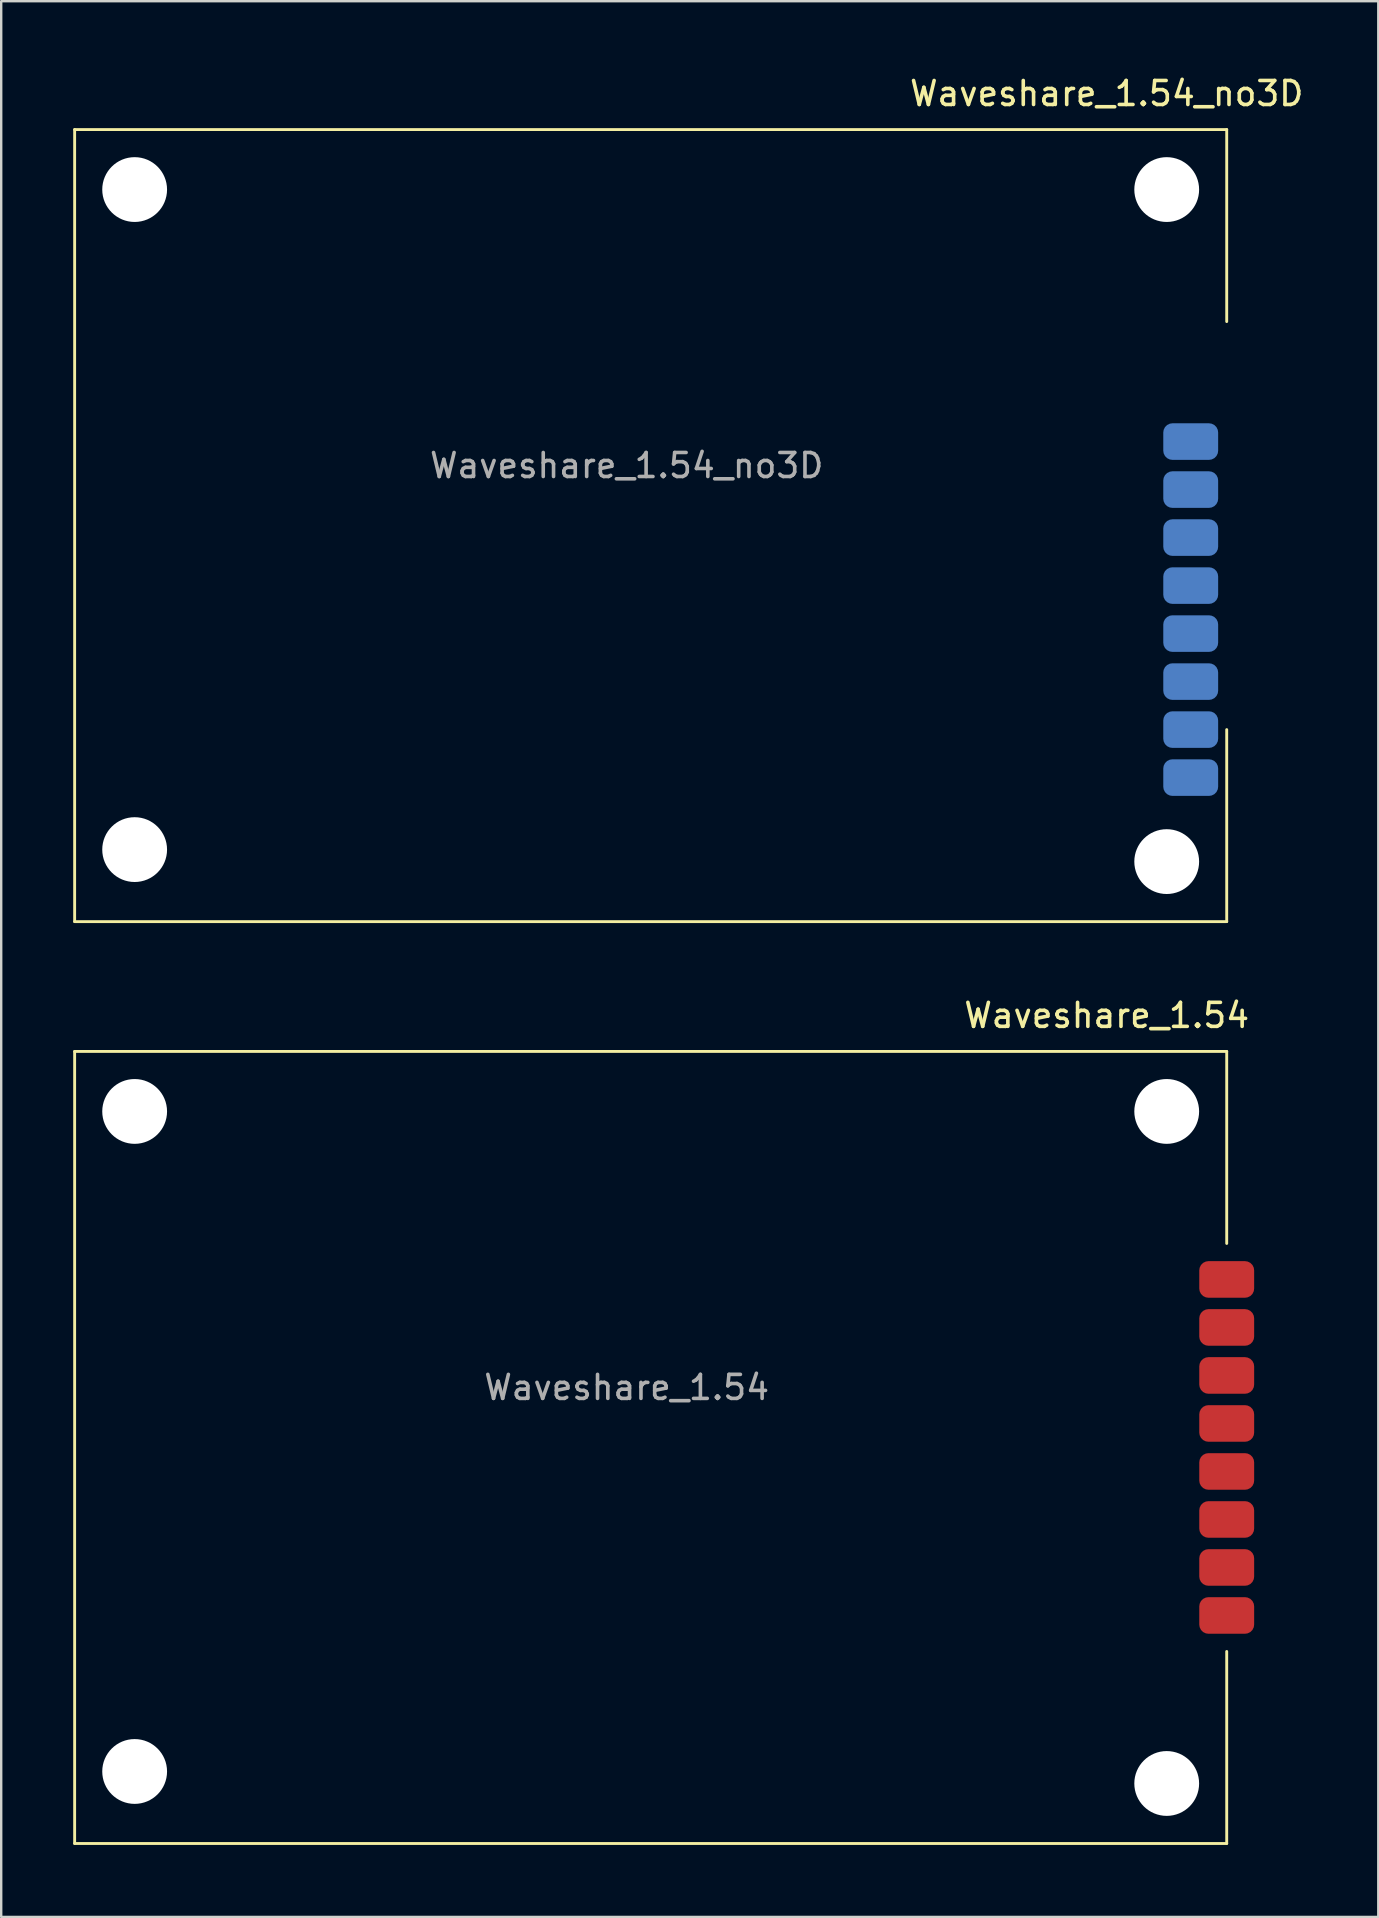
<source format=kicad_pcb>
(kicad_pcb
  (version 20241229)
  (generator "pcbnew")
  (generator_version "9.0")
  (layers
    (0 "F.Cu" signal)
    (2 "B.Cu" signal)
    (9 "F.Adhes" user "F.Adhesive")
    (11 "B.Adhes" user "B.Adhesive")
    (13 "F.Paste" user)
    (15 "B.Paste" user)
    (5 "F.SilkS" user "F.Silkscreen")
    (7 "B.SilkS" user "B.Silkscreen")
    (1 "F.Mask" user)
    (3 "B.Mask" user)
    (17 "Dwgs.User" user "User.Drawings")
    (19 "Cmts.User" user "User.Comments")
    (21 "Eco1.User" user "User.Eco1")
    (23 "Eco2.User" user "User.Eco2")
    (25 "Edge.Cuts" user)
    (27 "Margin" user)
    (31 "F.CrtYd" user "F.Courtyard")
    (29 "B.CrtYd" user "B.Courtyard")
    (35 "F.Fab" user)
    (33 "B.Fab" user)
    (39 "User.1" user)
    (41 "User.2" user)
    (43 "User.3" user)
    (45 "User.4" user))
  (footprint "Waveshare_1.54_no3D"
    (layer "F.Cu")
    (at 48.06 11.848)
    (property "Reference" "Waveshare_1.54_no3D" (at -5 -11 0) (unlocked yes) (layer "F.SilkS") (effects (font (size 1 1) (thickness 0.15))))
    (attr smd)
    (fp_line (start -48 -9.5) (end -48 23.5) (stroke (width 0.12) (type solid)) (layer "F.SilkS"))
    (fp_line (start -48 23.5) (end 0 23.5) (stroke (width 0.12) (type solid)) (layer "F.SilkS"))
    (fp_line (start 0 -9.5) (end -48 -9.5) (stroke (width 0.12) (type solid)) (layer "F.SilkS"))
    (fp_line (start 0 -9.5) (end 0 -1.5) (stroke (width 0.12) (type solid)) (layer "F.SilkS"))
    (fp_line (start 0 23.5) (end 0 15.5) (stroke (width 0.12) (type solid)) (layer "F.SilkS"))
    (fp_text user "${REFERENCE}" (at -25 4.5 0) (unlocked yes) (layer "F.Fab") (effects (font (size 1 1) (thickness 0.15))))
    (pad "" np_thru_hole circle (at -45.5 -7) (size 2.7 2.7) (drill 2.7) (layers "*.Cu" "*.Mask"))
    (pad "" np_thru_hole circle (at -45.5 20.5) (size 2.7 2.7) (drill 2.7) (layers "*.Cu" "*.Mask"))
    (pad "" np_thru_hole circle (at -2.5 -7) (size 2.7 2.7) (drill 2.7) (layers "*.Cu" "*.Mask"))
    (pad "" np_thru_hole circle (at -2.5 21) (size 2.7 2.7) (drill 2.7) (layers "*.Cu" "*.Mask"))
    (pad "1" smd roundrect (at -1.5 3.5) (size 2.286 1.524) (layers "B.Cu" "B.Mask" "B.Paste") (roundrect_rratio 0.25))
    (pad "2" smd roundrect (at -1.5 5.5) (size 2.286 1.524) (layers "B.Cu" "B.Mask" "B.Paste") (roundrect_rratio 0.25))
    (pad "3" smd roundrect (at -1.5 7.5) (size 2.286 1.524) (layers "B.Cu" "B.Mask" "B.Paste") (roundrect_rratio 0.25))
    (pad "4" smd roundrect (at -1.5 9.5) (size 2.286 1.524) (layers "B.Cu" "B.Mask" "B.Paste") (roundrect_rratio 0.25))
    (pad "5" smd roundrect (at -1.5 11.5) (size 2.286 1.524) (layers "B.Cu" "B.Mask" "B.Paste") (roundrect_rratio 0.25))
    (pad "6" smd roundrect (at -1.5 13.5) (size 2.286 1.524) (layers "B.Cu" "B.Mask" "B.Paste") (roundrect_rratio 0.25))
    (pad "7" smd roundrect (at -1.5 15.5) (size 2.286 1.524) (layers "B.Cu" "B.Mask" "B.Paste") (roundrect_rratio 0.25))
    (pad "8" smd roundrect (at -1.5 17.5) (size 2.286 1.524) (layers "B.Cu" "B.Mask" "B.Paste") (roundrect_rratio 0.25)))
  (footprint "Waveshare_1.54"
    (layer "F.Cu")
    (at 48.06 50.257)
    (property "Reference" "Waveshare_1.54" (at -5 -11 0) (unlocked yes) (layer "F.SilkS") (effects (font (size 1 1) (thickness 0.15))))
    (attr smd)
    (fp_line (start -48 -9.5) (end -48 23.5) (stroke (width 0.12) (type solid)) (layer "F.SilkS"))
    (fp_line (start -48 23.5) (end 0 23.5) (stroke (width 0.12) (type solid)) (layer "F.SilkS"))
    (fp_line (start 0 -9.5) (end -48 -9.5) (stroke (width 0.12) (type solid)) (layer "F.SilkS"))
    (fp_line (start 0 -9.5) (end 0 -1.5) (stroke (width 0.12) (type solid)) (layer "F.SilkS"))
    (fp_line (start 0 23.5) (end 0 15.5) (stroke (width 0.12) (type solid)) (layer "F.SilkS"))
    (fp_text user "${REFERENCE}" (at -25 4.5 0) (unlocked yes) (layer "F.Fab") (effects (font (size 1 1) (thickness 0.15))))
    (pad "" np_thru_hole circle (at -45.5 -7) (size 2.7 2.7) (drill 2.7) (layers "*.Cu" "*.Mask"))
    (pad "" np_thru_hole circle (at -45.5 20.5) (size 2.7 2.7) (drill 2.7) (layers "*.Cu" "*.Mask"))
    (pad "" np_thru_hole circle (at -2.5 -7) (size 2.7 2.7) (drill 2.7) (layers "*.Cu" "*.Mask"))
    (pad "" np_thru_hole circle (at -2.5 21) (size 2.7 2.7) (drill 2.7) (layers "*.Cu" "*.Mask"))
    (pad "1" smd roundrect (at 0 0) (size 2.286 1.524) (layers "F.Cu" "F.Mask" "F.Paste") (roundrect_rratio 0.25))
    (pad "2" smd roundrect (at 0 2) (size 2.286 1.524) (layers "F.Cu" "F.Mask" "F.Paste") (roundrect_rratio 0.25))
    (pad "3" smd roundrect (at 0 4) (size 2.286 1.524) (layers "F.Cu" "F.Mask" "F.Paste") (roundrect_rratio 0.25))
    (pad "4" smd roundrect (at 0 6) (size 2.286 1.524) (layers "F.Cu" "F.Mask" "F.Paste") (roundrect_rratio 0.25))
    (pad "5" smd roundrect (at 0 8) (size 2.286 1.524) (layers "F.Cu" "F.Mask" "F.Paste") (roundrect_rratio 0.25))
    (pad "6" smd roundrect (at 0 10) (size 2.286 1.524) (layers "F.Cu" "F.Mask" "F.Paste") (roundrect_rratio 0.25))
    (pad "7" smd roundrect (at 0 12) (size 2.286 1.524) (layers "F.Cu" "F.Mask" "F.Paste") (roundrect_rratio 0.25))
    (pad "8" smd roundrect (at 0 14) (size 2.286 1.524) (layers "F.Cu" "F.Mask" "F.Paste") (roundrect_rratio 0.25)))
  (gr_rect
    (start -3 -3)
    (end 54.375 76.817)
    (stroke (width 0.1) (type default))
    (fill no)
    (layer "Edge.Cuts")))
</source>
